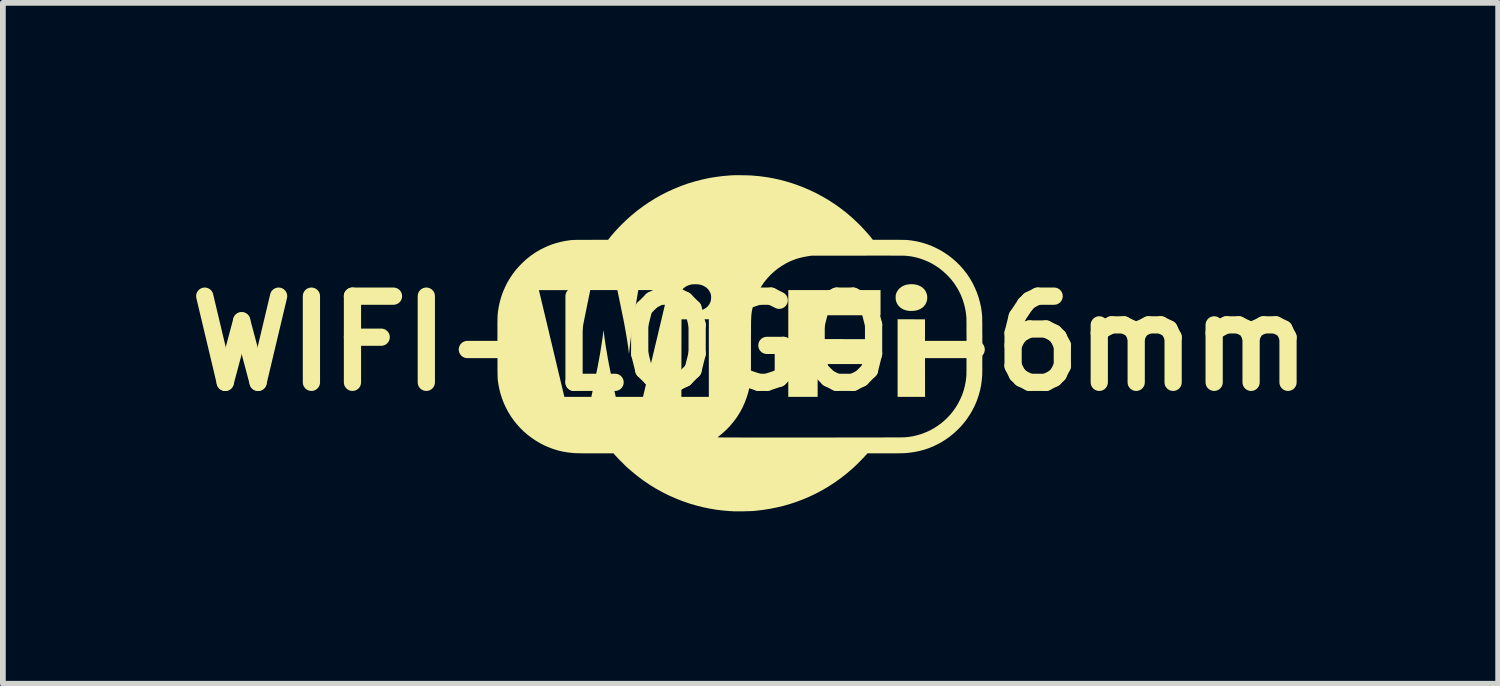
<source format=kicad_pcb>
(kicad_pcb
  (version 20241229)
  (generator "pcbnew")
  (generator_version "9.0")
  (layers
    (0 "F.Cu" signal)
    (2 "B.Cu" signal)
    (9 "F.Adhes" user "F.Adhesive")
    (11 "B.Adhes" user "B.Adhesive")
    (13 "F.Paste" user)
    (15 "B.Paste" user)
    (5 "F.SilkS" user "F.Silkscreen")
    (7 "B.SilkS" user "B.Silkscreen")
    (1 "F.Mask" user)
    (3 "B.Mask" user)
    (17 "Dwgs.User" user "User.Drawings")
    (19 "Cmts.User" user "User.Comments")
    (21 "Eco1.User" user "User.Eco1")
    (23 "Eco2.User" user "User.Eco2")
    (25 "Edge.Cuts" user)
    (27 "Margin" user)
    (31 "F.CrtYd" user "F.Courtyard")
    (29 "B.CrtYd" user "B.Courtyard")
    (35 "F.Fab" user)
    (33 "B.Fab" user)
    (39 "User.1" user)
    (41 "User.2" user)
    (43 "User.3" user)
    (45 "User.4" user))
  (footprint "WIFI-LOGO-6mm"
    (layer "F.Cu")
    (at 10.014 2.927)
    (property "Reference" "WIFI-LOGO-6mm" (at 0 0 0) (layer "F.SilkS") (effects (font (size 1.5 1.5) (thickness 0.3))))
    (attr board_only exclude_from_pos_files exclude_from_bom)
    (fp_poly (pts (xy 2.799 -0.419) (xy 3.038 -0.418) (xy 3.038 0.256) (xy 3.039 0.931) (xy 2.8 0.931) (xy 2.561 0.931) (xy 2.561 0.256) (xy 2.561 -0.42)) (stroke (width 0) (type solid)) (fill yes) (layer "F.SilkS"))
    (fp_poly (pts (xy 2.264 -0.708) (xy 2.264 -0.489) (xy 1.717 -0.489) (xy 1.169 -0.489) (xy 1.169 -0.282) (xy 1.169 -0.075) (xy 1.663 -0.074) (xy 2.157 -0.074) (xy 2.158 0.144) (xy 2.158 0.361) (xy 1.664 0.361) (xy 1.169 0.361) (xy 1.169 0.646) (xy 1.169 0.931) (xy 0.914 0.931) (xy 0.658 0.931) (xy 0.658 0.001) (xy 0.658 -0.928) (xy 1.461 -0.928) (xy 2.264 -0.928)) (stroke (width 0) (type solid)) (fill yes) (layer "F.SilkS"))
    (fp_poly (pts (xy 2.834 -1.029) (xy 2.876 -1.023) (xy 2.911 -1.014) (xy 2.946 -1) (xy 2.977 -0.983) (xy 3.004 -0.962) (xy 3.028 -0.937) (xy 3.047 -0.91) (xy 3.061 -0.881) (xy 3.071 -0.849) (xy 3.077 -0.816) (xy 3.077 -0.781) (xy 3.075 -0.768) (xy 3.068 -0.733) (xy 3.056 -0.701) (xy 3.04 -0.672) (xy 3.019 -0.646) (xy 2.995 -0.623) (xy 2.966 -0.604) (xy 2.934 -0.588) (xy 2.899 -0.576) (xy 2.86 -0.568) (xy 2.819 -0.565) (xy 2.797 -0.564) (xy 2.781 -0.565) (xy 2.765 -0.565) (xy 2.75 -0.567) (xy 2.739 -0.568) (xy 2.7 -0.577) (xy 2.664 -0.59) (xy 2.632 -0.607) (xy 2.604 -0.627) (xy 2.579 -0.652) (xy 2.559 -0.679) (xy 2.543 -0.71) (xy 2.532 -0.743) (xy 2.529 -0.759) (xy 2.527 -0.779) (xy 2.527 -0.801) (xy 2.527 -0.822) (xy 2.529 -0.841) (xy 2.531 -0.851) (xy 2.542 -0.883) (xy 2.558 -0.912) (xy 2.577 -0.939) (xy 2.601 -0.963) (xy 2.629 -0.984) (xy 2.66 -1.001) (xy 2.694 -1.015) (xy 2.709 -1.019) (xy 2.75 -1.027) (xy 2.792 -1.03)) (stroke (width 0) (type solid)) (fill yes) (layer "F.SilkS"))
    (fp_poly (pts (xy -0.19 -2.927) (xy -0.157 -2.927) (xy -0.124 -2.926) (xy -0.091 -2.926) (xy -0.059 -2.925) (xy -0.03 -2.924) (xy -0.004 -2.923) (xy 0.019 -2.922) (xy 0.033 -2.921) (xy 0.156 -2.91) (xy 0.275 -2.894) (xy 0.391 -2.874) (xy 0.505 -2.849) (xy 0.617 -2.82) (xy 0.728 -2.786) (xy 0.839 -2.747) (xy 0.9 -2.724) (xy 1.018 -2.674) (xy 1.133 -2.62) (xy 1.245 -2.56) (xy 1.355 -2.496) (xy 1.462 -2.427) (xy 1.565 -2.354) (xy 1.666 -2.276) (xy 1.763 -2.193) (xy 1.797 -2.162) (xy 1.833 -2.128) (xy 1.871 -2.092) (xy 1.909 -2.054) (xy 1.947 -2.014) (xy 1.984 -1.974) (xy 2.02 -1.935) (xy 2.054 -1.896) (xy 2.085 -1.86) (xy 2.112 -1.825) (xy 2.118 -1.818) (xy 2.129 -1.803) (xy 2.404 -1.803) (xy 2.453 -1.803) (xy 2.497 -1.803) (xy 2.536 -1.803) (xy 2.571 -1.803) (xy 2.602 -1.802) (xy 2.629 -1.802) (xy 2.653 -1.802) (xy 2.675 -1.801) (xy 2.694 -1.8) (xy 2.712 -1.8) (xy 2.728 -1.799) (xy 2.742 -1.798) (xy 2.757 -1.796) (xy 2.771 -1.795) (xy 2.785 -1.793) (xy 2.8 -1.791) (xy 2.814 -1.789) (xy 2.9 -1.774) (xy 2.984 -1.754) (xy 3.067 -1.728) (xy 3.148 -1.698) (xy 3.227 -1.662) (xy 3.304 -1.622) (xy 3.378 -1.577) (xy 3.45 -1.528) (xy 3.518 -1.475) (xy 3.584 -1.417) (xy 3.645 -1.356) (xy 3.704 -1.29) (xy 3.758 -1.221) (xy 3.779 -1.192) (xy 3.827 -1.119) (xy 3.87 -1.043) (xy 3.908 -0.964) (xy 3.942 -0.883) (xy 3.971 -0.8) (xy 3.994 -0.716) (xy 4.013 -0.63) (xy 4.026 -0.543) (xy 4.033 -0.465) (xy 4.033 -0.457) (xy 4.034 -0.444) (xy 4.034 -0.425) (xy 4.034 -0.402) (xy 4.034 -0.376) (xy 4.035 -0.345) (xy 4.035 -0.311) (xy 4.035 -0.274) (xy 4.035 -0.234) (xy 4.035 -0.193) (xy 4.036 -0.149) (xy 4.036 -0.103) (xy 4.036 -0.057) (xy 4.036 -0.01) (xy 4.036 0.038) (xy 4.036 0.086) (xy 4.036 0.134) (xy 4.036 0.181) (xy 4.036 0.227) (xy 4.036 0.271) (xy 4.035 0.314) (xy 4.035 0.355) (xy 4.035 0.393) (xy 4.035 0.428) (xy 4.035 0.461) (xy 4.035 0.489) (xy 4.034 0.514) (xy 4.034 0.535) (xy 4.034 0.55) (xy 4.033 0.561) (xy 4.033 0.564) (xy 4.025 0.653) (xy 4.013 0.739) (xy 3.995 0.824) (xy 3.972 0.906) (xy 3.944 0.988) (xy 3.936 1.009) (xy 3.901 1.09) (xy 3.861 1.168) (xy 3.817 1.243) (xy 3.769 1.315) (xy 3.717 1.383) (xy 3.661 1.448) (xy 3.601 1.509) (xy 3.538 1.567) (xy 3.472 1.621) (xy 3.403 1.67) (xy 3.331 1.716) (xy 3.256 1.757) (xy 3.179 1.794) (xy 3.1 1.826) (xy 3.018 1.853) (xy 2.935 1.875) (xy 2.85 1.892) (xy 2.764 1.904) (xy 2.737 1.907) (xy 2.725 1.908) (xy 2.713 1.909) (xy 2.701 1.91) (xy 2.69 1.911) (xy 2.677 1.911) (xy 2.664 1.912) (xy 2.65 1.912) (xy 2.634 1.913) (xy 2.616 1.913) (xy 2.596 1.913) (xy 2.573 1.914) (xy 2.547 1.914) (xy 2.517 1.914) (xy 2.484 1.914) (xy 2.446 1.914) (xy 2.404 1.914) (xy 2.357 1.914) (xy 2.33 1.914) (xy 2.037 1.914) (xy 1.992 1.963) (xy 1.975 1.983) (xy 1.954 2.004) (xy 1.931 2.028) (xy 1.906 2.053) (xy 1.881 2.079) (xy 1.856 2.104) (xy 1.831 2.128) (xy 1.808 2.15) (xy 1.787 2.169) (xy 1.772 2.182) (xy 1.674 2.266) (xy 1.573 2.345) (xy 1.47 2.419) (xy 1.364 2.488) (xy 1.256 2.552) (xy 1.145 2.611) (xy 1.031 2.666) (xy 0.914 2.716) (xy 0.808 2.756) (xy 0.694 2.794) (xy 0.578 2.828) (xy 0.46 2.856) (xy 0.34 2.88) (xy 0.218 2.899) (xy 0.093 2.914) (xy 0.033 2.919) (xy 0.02 2.919) (xy 0.002 2.92) (xy -0.02 2.921) (xy -0.045 2.922) (xy -0.071 2.922) (xy -0.1 2.923) (xy -0.129 2.924) (xy -0.158 2.924) (xy -0.187 2.924) (xy -0.214 2.924) (xy -0.238 2.924) (xy -0.26 2.924) (xy -0.278 2.924) (xy -0.291 2.924) (xy -0.294 2.924) (xy -0.302 2.923) (xy -0.314 2.922) (xy -0.33 2.921) (xy -0.346 2.92) (xy -0.36 2.92) (xy -0.476 2.91) (xy -0.594 2.896) (xy -0.712 2.876) (xy -0.828 2.852) (xy -0.943 2.823) (xy -1.056 2.79) (xy -1.078 2.783) (xy -1.198 2.741) (xy -1.315 2.694) (xy -1.43 2.643) (xy -1.541 2.587) (xy -1.651 2.526) (xy -1.758 2.46) (xy -1.862 2.389) (xy -1.964 2.313) (xy -2.065 2.231) (xy -2.125 2.179) (xy -2.139 2.166) (xy -2.157 2.15) (xy -2.177 2.131) (xy -2.198 2.11) (xy -2.22 2.088) (xy -2.243 2.065) (xy -2.266 2.043) (xy -2.288 2.02) (xy -2.308 1.999) (xy -2.326 1.98) (xy -2.341 1.964) (xy -2.354 1.95) (xy -2.354 1.95) (xy -2.385 1.914) (xy -2.692 1.914) (xy -2.741 1.914) (xy -2.786 1.914) (xy -2.825 1.914) (xy -2.861 1.914) (xy -2.892 1.914) (xy -2.919 1.914) (xy -2.943 1.914) (xy -2.965 1.913) (xy -2.983 1.913) (xy -3 1.913) (xy -3.015 1.912) (xy -3.028 1.912) (xy -3.04 1.912) (xy -3.052 1.911) (xy -3.063 1.91) (xy -3.075 1.91) (xy -3.087 1.909) (xy -3.093 1.908) (xy -3.178 1.899) (xy -3.262 1.885) (xy -3.345 1.866) (xy -3.427 1.841) (xy -3.508 1.811) (xy -3.587 1.777) (xy -3.664 1.737) (xy -3.738 1.693) (xy -3.81 1.645) (xy -3.823 1.635) (xy -0.572 1.635) (xy -0.572 1.636) (xy -0.57 1.636) (xy -0.567 1.636) (xy -0.562 1.636) (xy -0.556 1.636) (xy -0.548 1.637) (xy -0.538 1.637) (xy -0.526 1.637) (xy -0.512 1.637) (xy -0.495 1.637) (xy -0.476 1.638) (xy -0.454 1.638) (xy -0.43 1.638) (xy -0.403 1.638) (xy -0.373 1.638) (xy -0.34 1.638) (xy -0.303 1.638) (xy -0.264 1.638) (xy -0.221 1.638) (xy -0.174 1.639) (xy -0.124 1.639) (xy -0.069 1.639) (xy -0.011 1.639) (xy 0.051 1.639) (xy 0.117 1.639) (xy 0.188 1.639) (xy 0.263 1.639) (xy 0.343 1.639) (xy 0.427 1.639) (xy 0.516 1.639) (xy 0.61 1.639) (xy 0.71 1.639) (xy 0.814 1.639) (xy 0.924 1.639) (xy 1.026 1.639) (xy 1.121 1.639) (xy 1.214 1.639) (xy 1.306 1.639) (xy 1.396 1.639) (xy 1.485 1.639) (xy 1.571 1.638) (xy 1.656 1.638) (xy 1.738 1.638) (xy 1.818 1.638) (xy 1.895 1.638) (xy 1.97 1.638) (xy 2.042 1.638) (xy 2.111 1.638) (xy 2.177 1.638) (xy 2.239 1.638) (xy 2.298 1.638) (xy 2.353 1.637) (xy 2.404 1.637) (xy 2.452 1.637) (xy 2.495 1.637) (xy 2.534 1.637) (xy 2.568 1.637) (xy 2.598 1.637) (xy 2.623 1.637) (xy 2.643 1.636) (xy 2.658 1.636) (xy 2.668 1.636) (xy 2.672 1.636) (xy 2.751 1.629) (xy 2.828 1.617) (xy 2.904 1.599) (xy 2.978 1.577) (xy 3.05 1.549) (xy 3.119 1.518) (xy 3.187 1.481) (xy 3.251 1.44) (xy 3.313 1.396) (xy 3.372 1.347) (xy 3.428 1.294) (xy 3.48 1.238) (xy 3.528 1.178) (xy 3.573 1.114) (xy 3.613 1.048) (xy 3.649 0.978) (xy 3.681 0.905) (xy 3.693 0.874) (xy 3.715 0.806) (xy 3.733 0.734) (xy 3.747 0.661) (xy 3.756 0.586) (xy 3.758 0.554) (xy 3.759 0.546) (xy 3.759 0.534) (xy 3.759 0.516) (xy 3.759 0.494) (xy 3.76 0.467) (xy 3.76 0.437) (xy 3.76 0.404) (xy 3.76 0.368) (xy 3.76 0.329) (xy 3.76 0.288) (xy 3.761 0.245) (xy 3.761 0.2) (xy 3.761 0.154) (xy 3.761 0.108) (xy 3.761 0.061) (xy 3.761 0.014) (xy 3.761 -0.033) (xy 3.761 -0.079) (xy 3.761 -0.124) (xy 3.76 -0.168) (xy 3.76 -0.21) (xy 3.76 -0.25) (xy 3.76 -0.287) (xy 3.76 -0.321) (xy 3.76 -0.353) (xy 3.759 -0.381) (xy 3.759 -0.404) (xy 3.759 -0.424) (xy 3.759 -0.439) (xy 3.758 -0.449) (xy 3.758 -0.451) (xy 3.75 -0.532) (xy 3.736 -0.611) (xy 3.717 -0.688) (xy 3.693 -0.763) (xy 3.664 -0.837) (xy 3.63 -0.908) (xy 3.591 -0.976) (xy 3.548 -1.042) (xy 3.5 -1.105) (xy 3.447 -1.165) (xy 3.412 -1.2) (xy 3.353 -1.254) (xy 3.291 -1.304) (xy 3.225 -1.349) (xy 3.158 -1.389) (xy 3.088 -1.424) (xy 3.016 -1.454) (xy 2.942 -1.48) (xy 2.866 -1.5) (xy 2.789 -1.515) (xy 2.71 -1.524) (xy 2.697 -1.525) (xy 2.691 -1.525) (xy 2.682 -1.526) (xy 2.669 -1.526) (xy 2.653 -1.526) (xy 2.634 -1.527) (xy 2.61 -1.527) (xy 2.584 -1.527) (xy 2.553 -1.527) (xy 2.518 -1.527) (xy 2.479 -1.527) (xy 2.436 -1.527) (xy 2.389 -1.528) (xy 2.337 -1.528) (xy 2.28 -1.528) (xy 2.219 -1.528) (xy 2.152 -1.528) (xy 2.081 -1.528) (xy 2.004 -1.527) (xy 1.922 -1.527) (xy 1.857 -1.527) (xy 1.06 -1.526) (xy 1.018 -1.52) (xy 0.943 -1.507) (xy 0.871 -1.491) (xy 0.803 -1.472) (xy 0.738 -1.448) (xy 0.674 -1.421) (xy 0.612 -1.389) (xy 0.55 -1.352) (xy 0.532 -1.34) (xy 0.467 -1.295) (xy 0.406 -1.245) (xy 0.348 -1.192) (xy 0.295 -1.134) (xy 0.245 -1.074) (xy 0.2 -1.01) (xy 0.16 -0.944) (xy 0.123 -0.875) (xy 0.092 -0.804) (xy 0.065 -0.73) (xy 0.044 -0.654) (xy 0.027 -0.577) (xy 0.019 -0.527) (xy 0.018 -0.516) (xy 0.017 -0.505) (xy 0.016 -0.495) (xy 0.015 -0.484) (xy 0.014 -0.472) (xy 0.013 -0.459) (xy 0.012 -0.445) (xy 0.012 -0.429) (xy 0.011 -0.412) (xy 0.01 -0.392) (xy 0.01 -0.37) (xy 0.01 -0.346) (xy 0.009 -0.318) (xy 0.009 -0.288) (xy 0.009 -0.254) (xy 0.009 -0.216) (xy 0.009 -0.174) (xy 0.008 -0.128) (xy 0.008 -0.077) (xy 0.008 -0.022) (xy 0.008 0.039) (xy 0.008 0.081) (xy 0.008 0.147) (xy 0.008 0.209) (xy 0.008 0.267) (xy 0.008 0.32) (xy 0.008 0.37) (xy 0.008 0.414) (xy 0.007 0.454) (xy 0.007 0.489) (xy 0.007 0.519) (xy 0.007 0.544) (xy 0.006 0.564) (xy 0.006 0.579) (xy 0.006 0.588) (xy 0.005 0.589) (xy -0.004 0.679) (xy -0.019 0.767) (xy -0.039 0.853) (xy -0.065 0.938) (xy -0.096 1.021) (xy -0.131 1.102) (xy -0.172 1.18) (xy -0.218 1.257) (xy -0.254 1.31) (xy -0.306 1.378) (xy -0.362 1.444) (xy -0.423 1.507) (xy -0.487 1.565) (xy -0.526 1.598) (xy -0.54 1.609) (xy -0.552 1.618) (xy -0.561 1.626) (xy -0.569 1.632) (xy -0.572 1.635) (xy -0.572 1.635) (xy -3.823 1.635) (xy -3.879 1.592) (xy -3.945 1.536) (xy -4.005 1.477) (xy -4.065 1.411) (xy -4.121 1.341) (xy -4.172 1.269) (xy -4.218 1.193) (xy -4.259 1.116) (xy -4.296 1.036) (xy -4.327 0.953) (xy -4.354 0.868) (xy -4.375 0.782) (xy -4.389 0.708) (xy -4.391 0.697) (xy -4.392 0.687) (xy -4.394 0.677) (xy -4.395 0.668) (xy -4.396 0.66) (xy -4.397 0.651) (xy -4.398 0.641) (xy -4.399 0.631) (xy -4.4 0.62) (xy -4.401 0.607) (xy -4.401 0.594) (xy -4.402 0.578) (xy -4.402 0.56) (xy -4.403 0.54) (xy -4.403 0.518) (xy -4.403 0.493) (xy -4.404 0.464) (xy -4.404 0.432) (xy -4.404 0.397) (xy -4.404 0.358) (xy -4.404 0.314) (xy -4.404 0.266) (xy -4.405 0.214) (xy -4.405 0.156) (xy -4.405 0.093) (xy -4.405 0.082) (xy -4.405 0.017) (xy -4.405 -0.044) (xy -4.405 -0.099) (xy -4.405 -0.149) (xy -4.405 -0.195) (xy -4.405 -0.236) (xy -4.405 -0.274) (xy -4.405 -0.308) (xy -4.405 -0.338) (xy -4.405 -0.366) (xy -4.404 -0.39) (xy -4.404 -0.412) (xy -4.404 -0.431) (xy -4.403 -0.448) (xy -4.403 -0.464) (xy -4.402 -0.477) (xy -4.402 -0.49) (xy -4.401 -0.501) (xy -4.4 -0.512) (xy -4.399 -0.522) (xy -4.398 -0.531) (xy -4.397 -0.541) (xy -4.396 -0.551) (xy -4.396 -0.551) (xy -4.382 -0.639) (xy -4.363 -0.725) (xy -4.339 -0.81) (xy -4.31 -0.892) (xy -4.295 -0.926) (xy -3.683 -0.926) (xy -3.523 -0.258) (xy -3.508 -0.195) (xy -3.493 -0.131) (xy -3.478 -0.066) (xy -3.462 -0.002) (xy -3.447 0.062) (xy -3.432 0.125) (xy -3.417 0.187) (xy -3.403 0.247) (xy -3.389 0.306) (xy -3.376 0.362) (xy -3.363 0.415) (xy -3.351 0.465) (xy -3.34 0.512) (xy -3.33 0.555) (xy -3.32 0.594) (xy -3.312 0.629) (xy -3.305 0.658) (xy -3.302 0.67) (xy -3.24 0.931) (xy -3.005 0.931) (xy -2.77 0.931) (xy -2.762 0.89) (xy -2.747 0.821) (xy -2.734 0.757) (xy -2.721 0.699) (xy -2.71 0.644) (xy -2.699 0.594) (xy -2.689 0.547) (xy -2.68 0.503) (xy -2.672 0.463) (xy -2.664 0.425) (xy -2.657 0.389) (xy -2.651 0.355) (xy -2.644 0.322) (xy -2.639 0.291) (xy -2.633 0.261) (xy -2.628 0.231) (xy -2.622 0.201) (xy -2.617 0.171) (xy -2.612 0.14) (xy -2.607 0.109) (xy -2.606 0.101) (xy -2.601 0.071) (xy -2.596 0.039) (xy -2.591 0.006) (xy -2.586 -0.027) (xy -2.581 -0.059) (xy -2.576 -0.09) (xy -2.572 -0.118) (xy -2.569 -0.144) (xy -2.566 -0.166) (xy -2.564 -0.183) (xy -2.564 -0.188) (xy -2.562 -0.201) (xy -2.561 -0.212) (xy -2.56 -0.221) (xy -2.559 -0.225) (xy -2.558 -0.224) (xy -2.557 -0.218) (xy -2.555 -0.208) (xy -2.554 -0.195) (xy -2.552 -0.185) (xy -2.548 -0.15) (xy -2.543 -0.111) (xy -2.537 -0.068) (xy -2.53 -0.022) (xy -2.523 0.027) (xy -2.515 0.078) (xy -2.511 0.099) (xy -2.505 0.134) (xy -2.499 0.168) (xy -2.494 0.201) (xy -2.488 0.232) (xy -2.483 0.263) (xy -2.477 0.295) (xy -2.471 0.327) (xy -2.465 0.36) (xy -2.458 0.395) (xy -2.45 0.432) (xy -2.442 0.472) (xy -2.434 0.515) (xy -2.424 0.561) (xy -2.413 0.611) (xy -2.402 0.666) (xy -2.393 0.71) (xy -2.346 0.931) (xy -1.203 0.931) (xy -0.964 0.931) (xy -0.725 0.931) (xy -0.725 0.256) (xy -0.725 -0.42) (xy -0.963 -0.419) (xy -1.201 -0.418) (xy -1.202 0.256) (xy -1.203 0.931) (xy -2.346 0.931) (xy -2.109 0.931) (xy -1.871 0.931) (xy -1.727 0.326) (xy -1.712 0.266) (xy -1.698 0.205) (xy -1.683 0.144) (xy -1.669 0.084) (xy -1.655 0.025) (xy -1.641 -0.034) (xy -1.627 -0.091) (xy -1.614 -0.146) (xy -1.602 -0.199) (xy -1.59 -0.249) (xy -1.578 -0.297) (xy -1.568 -0.341) (xy -1.558 -0.381) (xy -1.549 -0.418) (xy -1.542 -0.45) (xy -1.535 -0.477) (xy -1.531 -0.493) (xy -1.523 -0.53) (xy -1.514 -0.568) (xy -1.505 -0.606) (xy -1.496 -0.643) (xy -1.487 -0.68) (xy -1.479 -0.714) (xy -1.471 -0.745) (xy -1.465 -0.774) (xy -1.459 -0.798) (xy -1.456 -0.811) (xy -1.235 -0.811) (xy -1.235 -0.776) (xy -1.229 -0.742) (xy -1.218 -0.709) (xy -1.205 -0.682) (xy -1.193 -0.665) (xy -1.178 -0.648) (xy -1.161 -0.631) (xy -1.143 -0.616) (xy -1.126 -0.604) (xy -1.124 -0.603) (xy -1.101 -0.592) (xy -1.075 -0.582) (xy -1.048 -0.574) (xy -1.025 -0.568) (xy -1.005 -0.566) (xy -0.982 -0.565) (xy -0.958 -0.564) (xy -0.933 -0.565) (xy -0.911 -0.567) (xy -0.903 -0.568) (xy -0.863 -0.576) (xy -0.827 -0.589) (xy -0.794 -0.605) (xy -0.766 -0.624) (xy -0.741 -0.648) (xy -0.72 -0.675) (xy -0.704 -0.705) (xy -0.692 -0.738) (xy -0.691 -0.74) (xy -0.688 -0.759) (xy -0.686 -0.781) (xy -0.685 -0.804) (xy -0.686 -0.826) (xy -0.689 -0.846) (xy -0.69 -0.851) (xy -0.701 -0.884) (xy -0.717 -0.913) (xy -0.737 -0.94) (xy -0.761 -0.965) (xy -0.79 -0.985) (xy -0.822 -1.003) (xy -0.848 -1.013) (xy -0.867 -1.019) (xy -0.886 -1.023) (xy -0.904 -1.026) (xy -0.925 -1.028) (xy -0.949 -1.029) (xy -0.961 -1.029) (xy -0.982 -1.029) (xy -0.999 -1.028) (xy -1.013 -1.027) (xy -1.026 -1.026) (xy -1.033 -1.024) (xy -1.072 -1.013) (xy -1.107 -0.999) (xy -1.139 -0.98) (xy -1.166 -0.959) (xy -1.189 -0.933) (xy -1.208 -0.905) (xy -1.213 -0.896) (xy -1.222 -0.874) (xy -1.229 -0.855) (xy -1.233 -0.835) (xy -1.235 -0.812) (xy -1.235 -0.811) (xy -1.456 -0.811) (xy -1.455 -0.813) (xy -1.45 -0.836) (xy -1.445 -0.858) (xy -1.44 -0.878) (xy -1.436 -0.895) (xy -1.432 -0.908) (xy -1.43 -0.918) (xy -1.429 -0.923) (xy -1.429 -0.923) (xy -1.429 -0.924) (xy -1.429 -0.925) (xy -1.431 -0.925) (xy -1.434 -0.926) (xy -1.439 -0.926) (xy -1.445 -0.927) (xy -1.454 -0.927) (xy -1.466 -0.927) (xy -1.481 -0.927) (xy -1.498 -0.928) (xy -1.52 -0.928) (xy -1.545 -0.928) (xy -1.575 -0.928) (xy -1.609 -0.928) (xy -1.649 -0.928) (xy -1.69 -0.928) (xy -1.953 -0.928) (xy -1.954 -0.922) (xy -1.955 -0.917) (xy -1.956 -0.908) (xy -1.959 -0.895) (xy -1.962 -0.877) (xy -1.965 -0.855) (xy -1.969 -0.83) (xy -1.974 -0.803) (xy -1.979 -0.773) (xy -1.984 -0.742) (xy -1.989 -0.709) (xy -1.994 -0.675) (xy -2 -0.641) (xy -2.005 -0.607) (xy -2.011 -0.573) (xy -2.016 -0.54) (xy -2.021 -0.509) (xy -2.026 -0.479) (xy -2.03 -0.452) (xy -2.034 -0.427) (xy -2.037 -0.406) (xy -2.037 -0.404) (xy -2.05 -0.318) (xy -2.062 -0.237) (xy -2.073 -0.161) (xy -2.083 -0.091) (xy -2.091 -0.025) (xy -2.099 0.036) (xy -2.105 0.091) (xy -2.107 0.108) (xy -2.109 0.127) (xy -2.111 0.145) (xy -2.112 0.159) (xy -2.114 0.171) (xy -2.114 0.178) (xy -2.115 0.181) (xy -2.115 0.179) (xy -2.116 0.174) (xy -2.118 0.164) (xy -2.119 0.151) (xy -2.12 0.14) (xy -2.126 0.092) (xy -2.133 0.039) (xy -2.142 -0.018) (xy -2.151 -0.078) (xy -2.162 -0.142) (xy -2.173 -0.207) (xy -2.185 -0.273) (xy -2.197 -0.341) (xy -2.21 -0.409) (xy -2.224 -0.476) (xy -2.225 -0.479) (xy -2.23 -0.504) (xy -2.236 -0.532) (xy -2.242 -0.562) (xy -2.248 -0.593) (xy -2.255 -0.625) (xy -2.261 -0.657) (xy -2.268 -0.69) (xy -2.275 -0.722) (xy -2.281 -0.754) (xy -2.287 -0.784) (xy -2.293 -0.813) (xy -2.299 -0.839) (xy -2.304 -0.863) (xy -2.308 -0.884) (xy -2.311 -0.901) (xy -2.314 -0.914) (xy -2.316 -0.923) (xy -2.317 -0.927) (xy -2.317 -0.927) (xy -2.319 -0.927) (xy -2.327 -0.927) (xy -2.34 -0.927) (xy -2.357 -0.928) (xy -2.378 -0.928) (xy -2.402 -0.928) (xy -2.43 -0.928) (xy -2.46 -0.928) (xy -2.493 -0.928) (xy -2.527 -0.928) (xy -2.553 -0.928) (xy -2.789 -0.928) (xy -2.79 -0.922) (xy -2.791 -0.918) (xy -2.793 -0.909) (xy -2.796 -0.896) (xy -2.799 -0.879) (xy -2.803 -0.858) (xy -2.808 -0.834) (xy -2.814 -0.808) (xy -2.819 -0.78) (xy -2.825 -0.75) (xy -2.826 -0.746) (xy -2.833 -0.713) (xy -2.84 -0.68) (xy -2.846 -0.647) (xy -2.853 -0.615) (xy -2.859 -0.585) (xy -2.865 -0.557) (xy -2.87 -0.533) (xy -2.874 -0.513) (xy -2.876 -0.501) (xy -2.889 -0.438) (xy -2.902 -0.373) (xy -2.914 -0.309) (xy -2.926 -0.244) (xy -2.937 -0.181) (xy -2.948 -0.12) (xy -2.957 -0.061) (xy -2.966 -0.005) (xy -2.974 0.048) (xy -2.98 0.097) (xy -2.986 0.142) (xy -2.988 0.164) (xy -2.989 0.171) (xy -2.989 0.176) (xy -2.99 0.179) (xy -2.99 0.179) (xy -2.991 0.176) (xy -2.992 0.17) (xy -2.993 0.159) (xy -2.995 0.144) (xy -2.997 0.124) (xy -2.999 0.108) (xy -3.004 0.061) (xy -3.01 0.01) (xy -3.016 -0.044) (xy -3.024 -0.101) (xy -3.032 -0.163) (xy -3.042 -0.228) (xy -3.052 -0.298) (xy -3.064 -0.373) (xy -3.067 -0.393) (xy -3.071 -0.421) (xy -3.076 -0.452) (xy -3.081 -0.484) (xy -3.086 -0.518) (xy -3.092 -0.553) (xy -3.098 -0.589) (xy -3.103 -0.625) (xy -3.109 -0.661) (xy -3.115 -0.696) (xy -3.121 -0.73) (xy -3.126 -0.763) (xy -3.131 -0.794) (xy -3.136 -0.823) (xy -3.14 -0.849) (xy -3.144 -0.872) (xy -3.147 -0.892) (xy -3.15 -0.907) (xy -3.152 -0.919) (xy -3.153 -0.925) (xy -3.153 -0.927) (xy -3.156 -0.927) (xy -3.164 -0.927) (xy -3.177 -0.927) (xy -3.194 -0.927) (xy -3.216 -0.927) (xy -3.241 -0.927) (xy -3.269 -0.927) (xy -3.3 -0.927) (xy -3.333 -0.927) (xy -3.369 -0.927) (xy -3.406 -0.927) (xy -3.419 -0.927) (xy -3.683 -0.926) (xy -4.295 -0.926) (xy -4.275 -0.973) (xy -4.237 -1.051) (xy -4.193 -1.126) (xy -4.145 -1.199) (xy -4.092 -1.269) (xy -4.035 -1.335) (xy -3.974 -1.398) (xy -3.909 -1.458) (xy -3.84 -1.514) (xy -3.804 -1.54) (xy -3.767 -1.566) (xy -3.731 -1.59) (xy -3.694 -1.611) (xy -3.656 -1.633) (xy -3.614 -1.654) (xy -3.596 -1.663) (xy -3.527 -1.694) (xy -3.457 -1.722) (xy -3.386 -1.745) (xy -3.312 -1.764) (xy -3.236 -1.781) (xy -3.156 -1.793) (xy -3.13 -1.797) (xy -3.124 -1.797) (xy -3.116 -1.798) (xy -3.108 -1.798) (xy -3.098 -1.799) (xy -3.086 -1.799) (xy -3.072 -1.8) (xy -3.056 -1.8) (xy -3.036 -1.801) (xy -3.014 -1.801) (xy -2.988 -1.801) (xy -2.958 -1.801) (xy -2.925 -1.802) (xy -2.886 -1.802) (xy -2.843 -1.802) (xy -2.795 -1.802) (xy -2.786 -1.802) (xy -2.478 -1.803) (xy -2.465 -1.82) (xy -2.453 -1.835) (xy -2.439 -1.853) (xy -2.422 -1.874) (xy -2.403 -1.895) (xy -2.385 -1.917) (xy -2.366 -1.939) (xy -2.348 -1.959) (xy -2.346 -1.961) (xy -2.259 -2.053) (xy -2.169 -2.141) (xy -2.075 -2.225) (xy -1.978 -2.305) (xy -1.877 -2.381) (xy -1.773 -2.452) (xy -1.667 -2.519) (xy -1.557 -2.581) (xy -1.445 -2.638) (xy -1.331 -2.69) (xy -1.215 -2.737) (xy -1.197 -2.744) (xy -1.082 -2.785) (xy -0.965 -2.82) (xy -0.848 -2.85) (xy -0.729 -2.876) (xy -0.609 -2.896) (xy -0.486 -2.912) (xy -0.361 -2.923) (xy -0.321 -2.925) (xy -0.302 -2.926) (xy -0.279 -2.927) (xy -0.252 -2.927) (xy -0.222 -2.927)) (stroke (width 0) (type solid)) (fill yes) (layer "F.SilkS")))
  (gr_rect
    (start -3 -3)
    (end 23.029 8.852)
    (stroke (width 0.1) (type default))
    (fill no)
    (layer "Edge.Cuts")))
</source>
